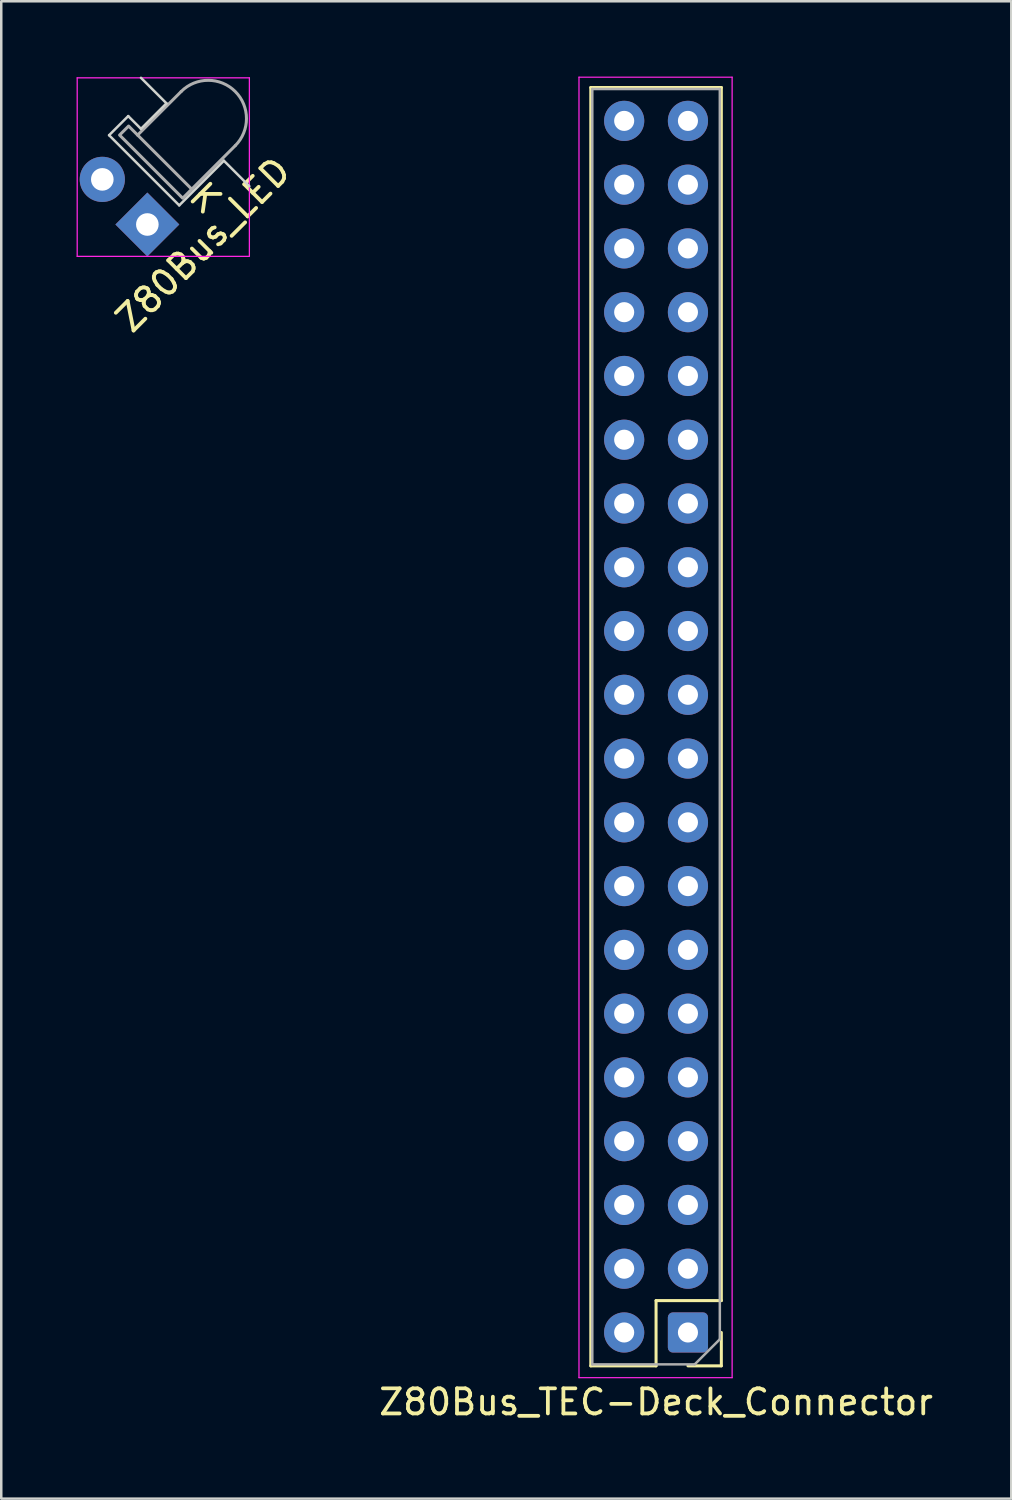
<source format=kicad_pcb>
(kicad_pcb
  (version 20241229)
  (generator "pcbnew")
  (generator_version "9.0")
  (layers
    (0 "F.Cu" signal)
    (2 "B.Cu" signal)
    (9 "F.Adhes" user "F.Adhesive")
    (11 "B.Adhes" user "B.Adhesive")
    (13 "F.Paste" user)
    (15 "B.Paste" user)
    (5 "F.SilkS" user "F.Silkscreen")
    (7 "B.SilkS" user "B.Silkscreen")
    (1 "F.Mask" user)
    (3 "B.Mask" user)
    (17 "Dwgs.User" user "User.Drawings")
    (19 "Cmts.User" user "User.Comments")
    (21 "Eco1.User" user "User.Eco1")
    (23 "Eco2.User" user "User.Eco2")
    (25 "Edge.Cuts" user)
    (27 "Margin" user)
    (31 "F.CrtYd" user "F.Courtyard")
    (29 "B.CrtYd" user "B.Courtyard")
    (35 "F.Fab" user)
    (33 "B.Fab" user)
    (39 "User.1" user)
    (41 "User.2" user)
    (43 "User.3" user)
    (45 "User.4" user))
  (footprint "Z80Bus_LED"
    (layer "F.Cu")
    (at 2.819 5.892)
    (property "Reference" "Z80Bus_LED" (at 2.227 0.804 45) (unlocked yes) (layer "F.SilkS") (effects (font (size 1 1) (thickness 0.15))))
    (attr through_hole)
    (fp_line (start -1.524 -3.556) (end 1.27 -0.762) (stroke (width 0.1) (type solid)) (layer "Edge.Cuts"))
    (fp_line (start -0.762 -4.318) (end -1.524 -3.556) (stroke (width 0.1) (type solid)) (layer "Edge.Cuts"))
    (fp_line (start -0.254 -3.81) (end -0.762 -4.318) (stroke (width 0.1) (type solid)) (layer "Edge.Cuts"))
    (fp_line (start 0.762 -4.826) (end -0.254 -5.842) (stroke (width 0.1) (type solid)) (layer "Edge.Cuts"))
    (fp_line (start 0.762 -4.826) (end -0.254 -3.81) (stroke (width 0.1) (type solid)) (layer "Edge.Cuts"))
    (fp_line (start 1.27 -0.762) (end 3.048 -2.54) (stroke (width 0.1) (type solid)) (layer "Edge.Cuts"))
    (fp_line (start 3.048 -2.54) (end 4.064 -1.524) (stroke (width 0.1) (type solid)) (layer "Edge.Cuts"))
    (fp_line (start -2.794 -5.842) (end -2.794 1.27) (stroke (width 0.05) (type solid)) (layer "F.CrtYd"))
    (fp_line (start -2.794 1.27) (end 4.064 1.27) (stroke (width 0.05) (type solid)) (layer "F.CrtYd"))
    (fp_line (start 4.064 -5.842) (end -2.794 -5.842) (stroke (width 0.05) (type solid)) (layer "F.CrtYd"))
    (fp_line (start 4.064 1.27) (end 4.064 -5.842) (stroke (width 0.05) (type solid)) (layer "F.CrtYd"))
    (fp_line (start 1.347 -5.296) (end -0.388 -3.562) (stroke (width 0.12) (type solid)) (layer "F.Fab"))
    (fp_line (start 3.502 -3.141) (end 1.768 -1.407) (stroke (width 0.12) (type solid)) (layer "F.Fab"))
    (fp_arc (start 1.346718 -5.296193) (mid 3.50198 -5.296193) (end 3.50198 -3.140931) (stroke (width 0.12) (type solid)) (layer "F.Fab"))
    (fp_poly (pts (xy 1.408 -1.047) (xy -1.106 -3.562) (xy -0.747 -3.921) (xy 1.768 -1.407)) (stroke (width 0.12) (type solid)) (fill no) (layer "F.Fab"))
    (fp_text user "K" (at 2.311 -1.052 315) (unlocked yes) (layer "F.SilkS") (effects (font (size 1 1) (thickness 0.15))))
    (pad "1" thru_hole rect (at 0 0 135) (size 1.8 1.8) (drill 0.9) (layers "*.Cu" "*.Mask"))
    (pad "2" thru_hole circle (at -1.794 -1.797 135) (size 1.8 1.8) (drill 0.9) (layers "*.Cu" "*.Mask")))
  (footprint "Z80Bus_TEC-Deck_Connector"
    (layer "F.Cu")
    (at 23.082 25.895)
    (property "Reference" "Z80Bus_TEC-Deck_Connector" (at 0 26.9 180) (layer "F.SilkS") (effects (font (size 1 1) (thickness 0.15))))
    (attr through_hole)
    (fp_line (start -2.6 -25.46) (end 2.6 -25.46) (stroke (width 0.12) (type solid)) (layer "F.SilkS"))
    (fp_line (start -2.6 25.46) (end -2.6 -25.46) (stroke (width 0.12) (type solid)) (layer "F.SilkS"))
    (fp_line (start -2.6 25.46) (end 0 25.46) (stroke (width 0.12) (type solid)) (layer "F.SilkS"))
    (fp_line (start 0 22.86) (end 2.6 22.86) (stroke (width 0.12) (type solid)) (layer "F.SilkS"))
    (fp_line (start 0 25.46) (end 0 22.86) (stroke (width 0.12) (type solid)) (layer "F.SilkS"))
    (fp_line (start 1.27 25.46) (end 2.6 25.46) (stroke (width 0.12) (type solid)) (layer "F.SilkS"))
    (fp_line (start 2.6 22.86) (end 2.6 -25.46) (stroke (width 0.12) (type solid)) (layer "F.SilkS"))
    (fp_line (start 2.6 25.46) (end 2.6 24.13) (stroke (width 0.12) (type solid)) (layer "F.SilkS"))
    (fp_line (start -3.07 -25.87) (end -3.07 25.93) (stroke (width 0.05) (type solid)) (layer "F.CrtYd"))
    (fp_line (start -3.07 25.93) (end 3.03 25.93) (stroke (width 0.05) (type solid)) (layer "F.CrtYd"))
    (fp_line (start 3.03 -25.87) (end -3.07 -25.87) (stroke (width 0.05) (type solid)) (layer "F.CrtYd"))
    (fp_line (start 3.03 25.93) (end 3.03 -25.87) (stroke (width 0.05) (type solid)) (layer "F.CrtYd"))
    (fp_line (start -2.54 -25.4) (end -2.54 25.4) (stroke (width 0.1) (type solid)) (layer "F.Fab"))
    (fp_line (start -2.54 25.4) (end 1.54 25.4) (stroke (width 0.1) (type solid)) (layer "F.Fab"))
    (fp_line (start 1.54 25.4) (end 2.54 24.4) (stroke (width 0.1) (type solid)) (layer "F.Fab"))
    (fp_line (start 2.54 -25.4) (end -2.54 -25.4) (stroke (width 0.1) (type solid)) (layer "F.Fab"))
    (fp_line (start 2.54 24.4) (end 2.54 -25.4) (stroke (width 0.1) (type solid)) (layer "F.Fab"))
    (pad "1" thru_hole roundrect (at 1.27 24.13 180) (size 1.6 1.6) (drill 0.8) (layers "*.Cu" "*.Mask") (roundrect_rratio 0.125))
    (pad "2" thru_hole oval (at 1.27 21.59 180) (size 1.6 1.6) (drill 0.8) (layers "*.Cu" "*.Mask"))
    (pad "3" thru_hole oval (at 1.27 19.05 180) (size 1.6 1.6) (drill 0.8) (layers "*.Cu" "*.Mask"))
    (pad "4" thru_hole oval (at 1.27 16.51 180) (size 1.6 1.6) (drill 0.8) (layers "*.Cu" "*.Mask"))
    (pad "5" thru_hole oval (at 1.27 13.97 180) (size 1.6 1.6) (drill 0.8) (layers "*.Cu" "*.Mask"))
    (pad "6" thru_hole oval (at 1.27 11.43 180) (size 1.6 1.6) (drill 0.8) (layers "*.Cu" "*.Mask"))
    (pad "7" thru_hole oval (at 1.27 8.89 180) (size 1.6 1.6) (drill 0.8) (layers "*.Cu" "*.Mask"))
    (pad "8" thru_hole oval (at 1.27 6.35 180) (size 1.6 1.6) (drill 0.8) (layers "*.Cu" "*.Mask"))
    (pad "9" thru_hole oval (at 1.27 3.81 180) (size 1.6 1.6) (drill 0.8) (layers "*.Cu" "*.Mask"))
    (pad "10" thru_hole oval (at 1.27 1.27 180) (size 1.6 1.6) (drill 0.8) (layers "*.Cu" "*.Mask"))
    (pad "11" thru_hole oval (at 1.27 -1.27 180) (size 1.6 1.6) (drill 0.8) (layers "*.Cu" "*.Mask"))
    (pad "12" thru_hole oval (at 1.27 -3.81 180) (size 1.6 1.6) (drill 0.8) (layers "*.Cu" "*.Mask"))
    (pad "13" thru_hole oval (at 1.27 -6.35 180) (size 1.6 1.6) (drill 0.8) (layers "*.Cu" "*.Mask"))
    (pad "14" thru_hole oval (at 1.27 -8.89 180) (size 1.6 1.6) (drill 0.8) (layers "*.Cu" "*.Mask"))
    (pad "15" thru_hole oval (at 1.27 -11.43 180) (size 1.6 1.6) (drill 0.8) (layers "*.Cu" "*.Mask"))
    (pad "16" thru_hole oval (at 1.27 -13.97 180) (size 1.6 1.6) (drill 0.8) (layers "*.Cu" "*.Mask"))
    (pad "17" thru_hole oval (at 1.27 -16.51 180) (size 1.6 1.6) (drill 0.8) (layers "*.Cu" "*.Mask"))
    (pad "18" thru_hole oval (at 1.27 -19.05 180) (size 1.6 1.6) (drill 0.8) (layers "*.Cu" "*.Mask"))
    (pad "19" thru_hole oval (at 1.27 -21.59 180) (size 1.6 1.6) (drill 0.8) (layers "*.Cu" "*.Mask"))
    (pad "20" thru_hole oval (at 1.27 -24.13 180) (size 1.6 1.6) (drill 0.8) (layers "*.Cu" "*.Mask"))
    (pad "21" thru_hole oval (at -1.27 -24.13 180) (size 1.6 1.6) (drill 0.8) (layers "*.Cu" "*.Mask"))
    (pad "22" thru_hole oval (at -1.27 -21.59 180) (size 1.6 1.6) (drill 0.8) (layers "*.Cu" "*.Mask"))
    (pad "23" thru_hole oval (at -1.27 -19.05 180) (size 1.6 1.6) (drill 0.8) (layers "*.Cu" "*.Mask"))
    (pad "24" thru_hole oval (at -1.27 -16.51 180) (size 1.6 1.6) (drill 0.8) (layers "*.Cu" "*.Mask"))
    (pad "25" thru_hole oval (at -1.27 -13.97 180) (size 1.6 1.6) (drill 0.8) (layers "*.Cu" "*.Mask"))
    (pad "26" thru_hole oval (at -1.27 -11.43 180) (size 1.6 1.6) (drill 0.8) (layers "*.Cu" "*.Mask"))
    (pad "27" thru_hole oval (at -1.27 -8.89 180) (size 1.6 1.6) (drill 0.8) (layers "*.Cu" "*.Mask"))
    (pad "28" thru_hole oval (at -1.27 -6.35 180) (size 1.6 1.6) (drill 0.8) (layers "*.Cu" "*.Mask"))
    (pad "29" thru_hole oval (at -1.27 -3.81 180) (size 1.6 1.6) (drill 0.8) (layers "*.Cu" "*.Mask"))
    (pad "30" thru_hole oval (at -1.27 -1.27 180) (size 1.6 1.6) (drill 0.8) (layers "*.Cu" "*.Mask"))
    (pad "31" thru_hole oval (at -1.27 1.27 180) (size 1.6 1.6) (drill 0.8) (layers "*.Cu" "*.Mask"))
    (pad "32" thru_hole oval (at -1.27 3.81 180) (size 1.6 1.6) (drill 0.8) (layers "*.Cu" "*.Mask"))
    (pad "33" thru_hole oval (at -1.27 6.35 180) (size 1.6 1.6) (drill 0.8) (layers "*.Cu" "*.Mask"))
    (pad "34" thru_hole oval (at -1.27 8.89 180) (size 1.6 1.6) (drill 0.8) (layers "*.Cu" "*.Mask"))
    (pad "35" thru_hole oval (at -1.27 11.43 180) (size 1.6 1.6) (drill 0.8) (layers "*.Cu" "*.Mask"))
    (pad "36" thru_hole oval (at -1.27 13.97 180) (size 1.6 1.6) (drill 0.8) (layers "*.Cu" "*.Mask"))
    (pad "37" thru_hole oval (at -1.27 16.51 180) (size 1.6 1.6) (drill 0.8) (layers "*.Cu" "*.Mask"))
    (pad "38" thru_hole oval (at -1.27 19.05 180) (size 1.6 1.6) (drill 0.8) (layers "*.Cu" "*.Mask"))
    (pad "39" thru_hole oval (at -1.27 21.59 180) (size 1.6 1.6) (drill 0.8) (layers "*.Cu" "*.Mask"))
    (pad "40" thru_hole oval (at -1.27 24.13 180) (size 1.6 1.6) (drill 0.8) (layers "*.Cu" "*.Mask")))
  (gr_rect
    (start -3 -3)
    (end 37.231 56.643)
    (stroke (width 0.1) (type default))
    (fill no)
    (layer "Edge.Cuts")))
</source>
